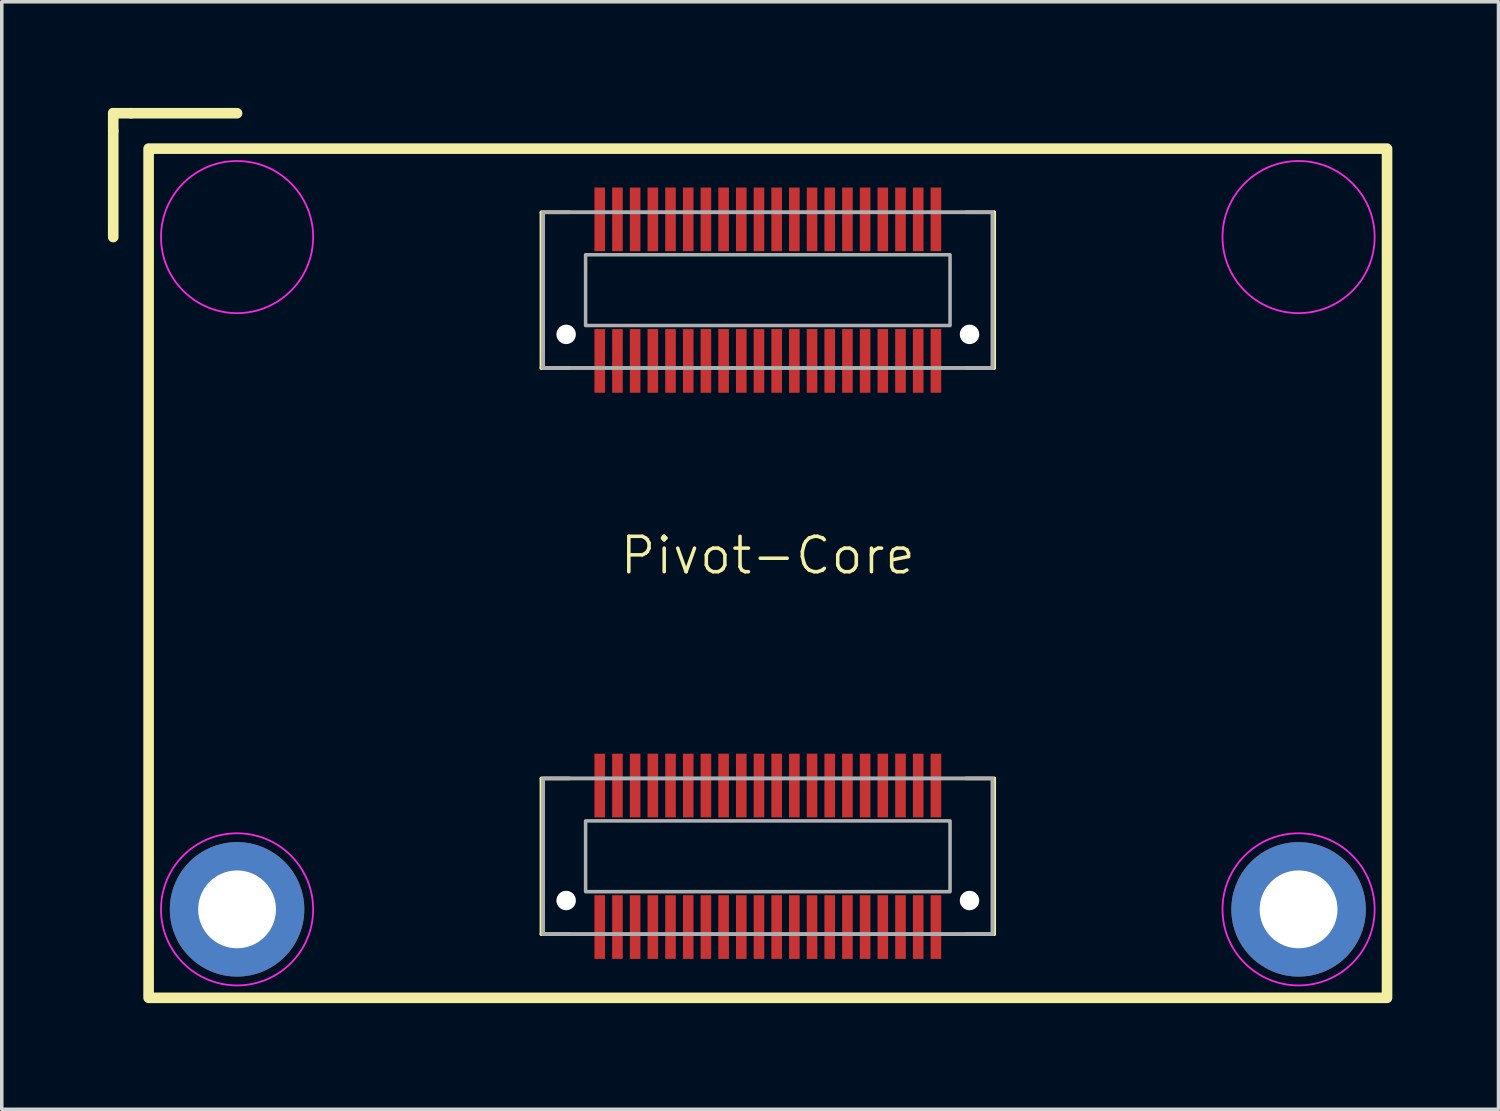
<source format=kicad_pcb>
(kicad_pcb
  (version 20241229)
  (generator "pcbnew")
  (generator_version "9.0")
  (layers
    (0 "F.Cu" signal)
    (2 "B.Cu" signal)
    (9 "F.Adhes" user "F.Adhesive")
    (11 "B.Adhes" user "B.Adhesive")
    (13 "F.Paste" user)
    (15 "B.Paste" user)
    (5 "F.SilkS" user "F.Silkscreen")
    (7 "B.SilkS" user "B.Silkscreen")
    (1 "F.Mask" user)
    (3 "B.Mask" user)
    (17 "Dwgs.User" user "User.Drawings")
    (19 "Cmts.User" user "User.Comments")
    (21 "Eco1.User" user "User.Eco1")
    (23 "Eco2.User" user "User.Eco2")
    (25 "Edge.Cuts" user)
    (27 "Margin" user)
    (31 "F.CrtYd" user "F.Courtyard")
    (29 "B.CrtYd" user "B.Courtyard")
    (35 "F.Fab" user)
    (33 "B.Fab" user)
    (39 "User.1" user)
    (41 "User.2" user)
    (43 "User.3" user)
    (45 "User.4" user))
  (footprint "Pivot-Core"
    (layer "F.Cu")
    (at 18.65 13.15)
    (property "Reference" "Pivot-Core" (at 0 -0.5 0) (unlocked yes) (layer "F.SilkS") (effects (font (size 1 1) (thickness 0.1))))
    (attr smd)
    (fp_line (start -18.5 -13) (end -18.5 -12.5) (stroke (width 0.3) (type default)) (layer "F.SilkS"))
    (fp_line (start -18.5 -12.5) (end -18.5 -9.5) (stroke (width 0.3) (type default)) (layer "F.SilkS"))
    (fp_line (start -18 -13) (end -18.5 -13) (stroke (width 0.3) (type default)) (layer "F.SilkS"))
    (fp_line (start -15 -13) (end -18 -13) (stroke (width 0.3) (type default)) (layer "F.SilkS"))
    (fp_line (start -6.4 -10.2) (end -6.4 -5.8) (stroke (width 0.1) (type default)) (layer "F.SilkS"))
    (fp_line (start -6.4 -10.2) (end -5.6 -10.2) (stroke (width 0.1) (type default)) (layer "F.SilkS"))
    (fp_line (start -6.4 -5.8) (end -5.6 -5.8) (stroke (width 0.1) (type default)) (layer "F.SilkS"))
    (fp_line (start -6.4 5.8) (end -6.4 10.2) (stroke (width 0.1) (type default)) (layer "F.SilkS"))
    (fp_line (start -6.4 5.8) (end -5.6 5.8) (stroke (width 0.1) (type default)) (layer "F.SilkS"))
    (fp_line (start -6.4 10.2) (end -5.6 10.2) (stroke (width 0.1) (type default)) (layer "F.SilkS"))
    (fp_line (start 5.6 -10.2) (end 6.4 -10.2) (stroke (width 0.1) (type default)) (layer "F.SilkS"))
    (fp_line (start 5.6 -5.8) (end 6.4 -5.8) (stroke (width 0.1) (type default)) (layer "F.SilkS"))
    (fp_line (start 5.6 5.8) (end 6.4 5.8) (stroke (width 0.1) (type default)) (layer "F.SilkS"))
    (fp_line (start 5.6 10.2) (end 6.4 10.2) (stroke (width 0.1) (type default)) (layer "F.SilkS"))
    (fp_line (start 6.4 -10.2) (end 6.4 -5.8) (stroke (width 0.1) (type default)) (layer "F.SilkS"))
    (fp_line (start 6.4 5.8) (end 6.4 10.2) (stroke (width 0.1) (type default)) (layer "F.SilkS"))
    (fp_rect (start -17.5 -12) (end 17.5 12) (stroke (width 0.3) (type default)) (fill no) (layer "F.SilkS"))
    (fp_circle (center -15 -9.5) (end -12.85 -9.5) (stroke (width 0.05) (type solid)) (fill no) (layer "F.CrtYd"))
    (fp_circle (center -15 9.5) (end -12.85 9.5) (stroke (width 0.05) (type solid)) (fill no) (layer "F.CrtYd"))
    (fp_circle (center 15 -9.5) (end 17.15 -9.5) (stroke (width 0.05) (type solid)) (fill no) (layer "F.CrtYd"))
    (fp_circle (center 15 9.5) (end 17.15 9.5) (stroke (width 0.05) (type solid)) (fill no) (layer "F.CrtYd"))
    (fp_rect (start -6.35 -10.2) (end 6.35 -5.8) (stroke (width 0.1) (type default)) (fill no) (layer "F.Fab"))
    (fp_rect (start -6.35 -10.2) (end 6.35 -5.8) (stroke (width 0.1) (type default)) (fill no) (layer "F.Fab"))
    (fp_rect (start -6.35 5.8) (end 6.35 10.2) (stroke (width 0.1) (type default)) (fill no) (layer "F.Fab"))
    (fp_rect (start -6.35 5.8) (end 6.35 10.2) (stroke (width 0.1) (type default)) (fill no) (layer "F.Fab"))
    (fp_rect (start -5.15 -9) (end 5.15 -7) (stroke (width 0.1) (type default)) (fill no) (layer "F.Fab"))
    (fp_rect (start -5.15 7) (end 5.15 9) (stroke (width 0.1) (type default)) (fill no) (layer "F.Fab"))
    (pad "" np_thru_hole circle (at -5.7 -6.75) (size 0.55 0.55) (drill 0.555) (layers "*.Cu" "*.Mask"))
    (pad "" np_thru_hole circle (at -5.7 9.25) (size 0.55 0.55) (drill 0.555) (layers "*.Cu" "*.Mask"))
    (pad "" np_thru_hole circle (at 5.7 -6.75) (size 0.55 0.55) (drill 0.555) (layers "*.Cu" "*.Mask"))
    (pad "" np_thru_hole circle (at 5.7 9.25) (size 0.55 0.55) (drill 0.555) (layers "*.Cu" "*.Mask"))
    (pad "1" smd rect (at -4.75 -10) (size 0.3 1.8) (layers "F.Cu" "F.Mask" "F.Paste"))
    (pad "2" smd rect (at -4.25 -10) (size 0.3 1.8) (layers "F.Cu" "F.Mask" "F.Paste"))
    (pad "3" smd rect (at -3.75 -10) (size 0.3 1.8) (layers "F.Cu" "F.Mask" "F.Paste"))
    (pad "4" smd rect (at -3.25 -10) (size 0.3 1.8) (layers "F.Cu" "F.Mask" "F.Paste"))
    (pad "5" smd rect (at -2.75 -10) (size 0.3 1.8) (layers "F.Cu" "F.Mask" "F.Paste"))
    (pad "6" smd rect (at -2.25 -10) (size 0.3 1.8) (layers "F.Cu" "F.Mask" "F.Paste"))
    (pad "7" smd rect (at -1.75 -10) (size 0.3 1.8) (layers "F.Cu" "F.Mask" "F.Paste"))
    (pad "8" smd rect (at -1.25 -10) (size 0.3 1.8) (layers "F.Cu" "F.Mask" "F.Paste"))
    (pad "9" smd rect (at -0.75 -10) (size 0.3 1.8) (layers "F.Cu" "F.Mask" "F.Paste"))
    (pad "10" smd rect (at -0.25 -10) (size 0.3 1.8) (layers "F.Cu" "F.Mask" "F.Paste"))
    (pad "11" smd rect (at 0.25 -10) (size 0.3 1.8) (layers "F.Cu" "F.Mask" "F.Paste"))
    (pad "12" smd rect (at 0.75 -10) (size 0.3 1.8) (layers "F.Cu" "F.Mask" "F.Paste"))
    (pad "13" smd rect (at 1.25 -10) (size 0.3 1.8) (layers "F.Cu" "F.Mask" "F.Paste"))
    (pad "14" smd rect (at 1.75 -10) (size 0.3 1.8) (layers "F.Cu" "F.Mask" "F.Paste"))
    (pad "15" smd rect (at 2.25 -10) (size 0.3 1.8) (layers "F.Cu" "F.Mask" "F.Paste"))
    (pad "16" smd rect (at 2.75 -10) (size 0.3 1.8) (layers "F.Cu" "F.Mask" "F.Paste"))
    (pad "17" smd rect (at 3.25 -10) (size 0.3 1.8) (layers "F.Cu" "F.Mask" "F.Paste"))
    (pad "18" smd rect (at 3.75 -10) (size 0.3 1.8) (layers "F.Cu" "F.Mask" "F.Paste"))
    (pad "19" smd rect (at 4.25 -10) (size 0.3 1.8) (layers "F.Cu" "F.Mask" "F.Paste"))
    (pad "20" smd rect (at 4.75 -10) (size 0.3 1.8) (layers "F.Cu" "F.Mask" "F.Paste"))
    (pad "21" smd rect (at -4.75 -6) (size 0.3 1.8) (layers "F.Cu" "F.Mask" "F.Paste"))
    (pad "22" smd rect (at -4.25 -6) (size 0.3 1.8) (layers "F.Cu" "F.Mask" "F.Paste"))
    (pad "23" smd rect (at -3.75 -6) (size 0.3 1.8) (layers "F.Cu" "F.Mask" "F.Paste"))
    (pad "24" smd rect (at -3.25 -6) (size 0.3 1.8) (layers "F.Cu" "F.Mask" "F.Paste"))
    (pad "25" smd rect (at -2.75 -6) (size 0.3 1.8) (layers "F.Cu" "F.Mask" "F.Paste"))
    (pad "26" smd rect (at -2.25 -6) (size 0.3 1.8) (layers "F.Cu" "F.Mask" "F.Paste"))
    (pad "27" smd rect (at -1.75 -6) (size 0.3 1.8) (layers "F.Cu" "F.Mask" "F.Paste"))
    (pad "28" smd rect (at -1.25 -6) (size 0.3 1.8) (layers "F.Cu" "F.Mask" "F.Paste"))
    (pad "29" smd rect (at -0.75 -6) (size 0.3 1.8) (layers "F.Cu" "F.Mask" "F.Paste"))
    (pad "30" smd rect (at -0.25 -6) (size 0.3 1.8) (layers "F.Cu" "F.Mask" "F.Paste"))
    (pad "31" smd rect (at 0.25 -6) (size 0.3 1.8) (layers "F.Cu" "F.Mask" "F.Paste"))
    (pad "32" smd rect (at 0.75 -6) (size 0.3 1.8) (layers "F.Cu" "F.Mask" "F.Paste"))
    (pad "33" smd rect (at 1.25 -6) (size 0.3 1.8) (layers "F.Cu" "F.Mask" "F.Paste"))
    (pad "34" smd rect (at 1.75 -6) (size 0.3 1.8) (layers "F.Cu" "F.Mask" "F.Paste"))
    (pad "35" smd rect (at 2.25 -6) (size 0.3 1.8) (layers "F.Cu" "F.Mask" "F.Paste"))
    (pad "36" smd rect (at 2.75 -6) (size 0.3 1.8) (layers "F.Cu" "F.Mask" "F.Paste"))
    (pad "37" smd rect (at 3.25 -6) (size 0.3 1.8) (layers "F.Cu" "F.Mask" "F.Paste"))
    (pad "38" smd rect (at 3.75 -6) (size 0.3 1.8) (layers "F.Cu" "F.Mask" "F.Paste"))
    (pad "39" smd rect (at 4.25 -6) (size 0.3 1.8) (layers "F.Cu" "F.Mask" "F.Paste"))
    (pad "40" smd rect (at 4.75 -6) (size 0.3 1.8) (layers "F.Cu" "F.Mask" "F.Paste"))
    (pad "41" smd rect (at -4.75 6) (size 0.3 1.8) (layers "F.Cu" "F.Mask" "F.Paste"))
    (pad "42" smd rect (at -4.25 6) (size 0.3 1.8) (layers "F.Cu" "F.Mask" "F.Paste"))
    (pad "43" smd rect (at -3.75 6) (size 0.3 1.8) (layers "F.Cu" "F.Mask" "F.Paste"))
    (pad "44" smd rect (at -3.25 6) (size 0.3 1.8) (layers "F.Cu" "F.Mask" "F.Paste"))
    (pad "45" smd rect (at -2.75 6) (size 0.3 1.8) (layers "F.Cu" "F.Mask" "F.Paste"))
    (pad "46" smd rect (at -2.25 6) (size 0.3 1.8) (layers "F.Cu" "F.Mask" "F.Paste"))
    (pad "47" smd rect (at -1.75 6) (size 0.3 1.8) (layers "F.Cu" "F.Mask" "F.Paste"))
    (pad "48" smd rect (at -1.25 6) (size 0.3 1.8) (layers "F.Cu" "F.Mask" "F.Paste"))
    (pad "49" smd rect (at -0.75 6) (size 0.3 1.8) (layers "F.Cu" "F.Mask" "F.Paste"))
    (pad "50" smd rect (at -0.25 6) (size 0.3 1.8) (layers "F.Cu" "F.Mask" "F.Paste"))
    (pad "51" smd rect (at 0.25 6) (size 0.3 1.8) (layers "F.Cu" "F.Mask" "F.Paste"))
    (pad "52" smd rect (at 0.75 6) (size 0.3 1.8) (layers "F.Cu" "F.Mask" "F.Paste"))
    (pad "53" smd rect (at 1.25 6) (size 0.3 1.8) (layers "F.Cu" "F.Mask" "F.Paste"))
    (pad "54" smd rect (at 1.75 6) (size 0.3 1.8) (layers "F.Cu" "F.Mask" "F.Paste"))
    (pad "55" smd rect (at 2.25 6) (size 0.3 1.8) (layers "F.Cu" "F.Mask" "F.Paste"))
    (pad "56" smd rect (at 2.75 6) (size 0.3 1.8) (layers "F.Cu" "F.Mask" "F.Paste"))
    (pad "57" smd rect (at 3.25 6) (size 0.3 1.8) (layers "F.Cu" "F.Mask" "F.Paste"))
    (pad "58" smd rect (at 3.75 6) (size 0.3 1.8) (layers "F.Cu" "F.Mask" "F.Paste"))
    (pad "59" smd rect (at 4.25 6) (size 0.3 1.8) (layers "F.Cu" "F.Mask" "F.Paste"))
    (pad "60" smd rect (at 4.75 6) (size 0.3 1.8) (layers "F.Cu" "F.Mask" "F.Paste"))
    (pad "61" smd rect (at -4.75 10) (size 0.3 1.8) (layers "F.Cu" "F.Mask" "F.Paste"))
    (pad "62" smd rect (at -4.25 10) (size 0.3 1.8) (layers "F.Cu" "F.Mask" "F.Paste"))
    (pad "63" smd rect (at -3.75 10) (size 0.3 1.8) (layers "F.Cu" "F.Mask" "F.Paste"))
    (pad "64" smd rect (at -3.25 10) (size 0.3 1.8) (layers "F.Cu" "F.Mask" "F.Paste"))
    (pad "65" smd rect (at -2.75 10) (size 0.3 1.8) (layers "F.Cu" "F.Mask" "F.Paste"))
    (pad "66" smd rect (at -2.25 10) (size 0.3 1.8) (layers "F.Cu" "F.Mask" "F.Paste"))
    (pad "67" smd rect (at -1.75 10) (size 0.3 1.8) (layers "F.Cu" "F.Mask" "F.Paste"))
    (pad "68" smd rect (at -1.25 10) (size 0.3 1.8) (layers "F.Cu" "F.Mask" "F.Paste"))
    (pad "69" smd rect (at -0.75 10) (size 0.3 1.8) (layers "F.Cu" "F.Mask" "F.Paste"))
    (pad "70" smd rect (at -0.25 10) (size 0.3 1.8) (layers "F.Cu" "F.Mask" "F.Paste"))
    (pad "71" smd rect (at 0.25 10) (size 0.3 1.8) (layers "F.Cu" "F.Mask" "F.Paste"))
    (pad "72" smd rect (at 0.75 10) (size 0.3 1.8) (layers "F.Cu" "F.Mask" "F.Paste"))
    (pad "73" smd rect (at 1.25 10) (size 0.3 1.8) (layers "F.Cu" "F.Mask" "F.Paste"))
    (pad "74" smd rect (at 1.75 10) (size 0.3 1.8) (layers "F.Cu" "F.Mask" "F.Paste"))
    (pad "75" smd rect (at 2.25 10) (size 0.3 1.8) (layers "F.Cu" "F.Mask" "F.Paste"))
    (pad "76" smd rect (at 2.75 10) (size 0.3 1.8) (layers "F.Cu" "F.Mask" "F.Paste"))
    (pad "77" smd rect (at 3.25 10) (size 0.3 1.8) (layers "F.Cu" "F.Mask" "F.Paste"))
    (pad "78" smd rect (at 3.75 10) (size 0.3 1.8) (layers "F.Cu" "F.Mask" "F.Paste"))
    (pad "79" smd rect (at 4.25 10) (size 0.3 1.8) (layers "F.Cu" "F.Mask" "F.Paste"))
    (pad "80" smd rect (at 4.75 10) (size 0.3 1.8) (layers "F.Cu" "F.Mask" "F.Paste"))
    (pad "81" thru_hole circle (at -15 9.5) (size 3.8 3.8) (drill 2.2) (layers "*.Cu" "*.Mask"))
    (pad "81" thru_hole circle (at 15 9.5) (size 3.8 3.8) (drill 2.2) (layers "*.Cu" "*.Mask"))
    (pad "82" smd circle (at -15 9.5) (size 2.2 2.2) (layers "*.Paste" "F.Cu"))
    (pad "82" smd circle (at 15 9.5) (size 2.2 2.2) (layers "*.Paste" "F.Cu")))
  (gr_rect
    (start -3 -3)
    (end 39.3 28.3)
    (stroke (width 0.1) (type default))
    (fill no)
    (layer "Edge.Cuts")))
</source>
